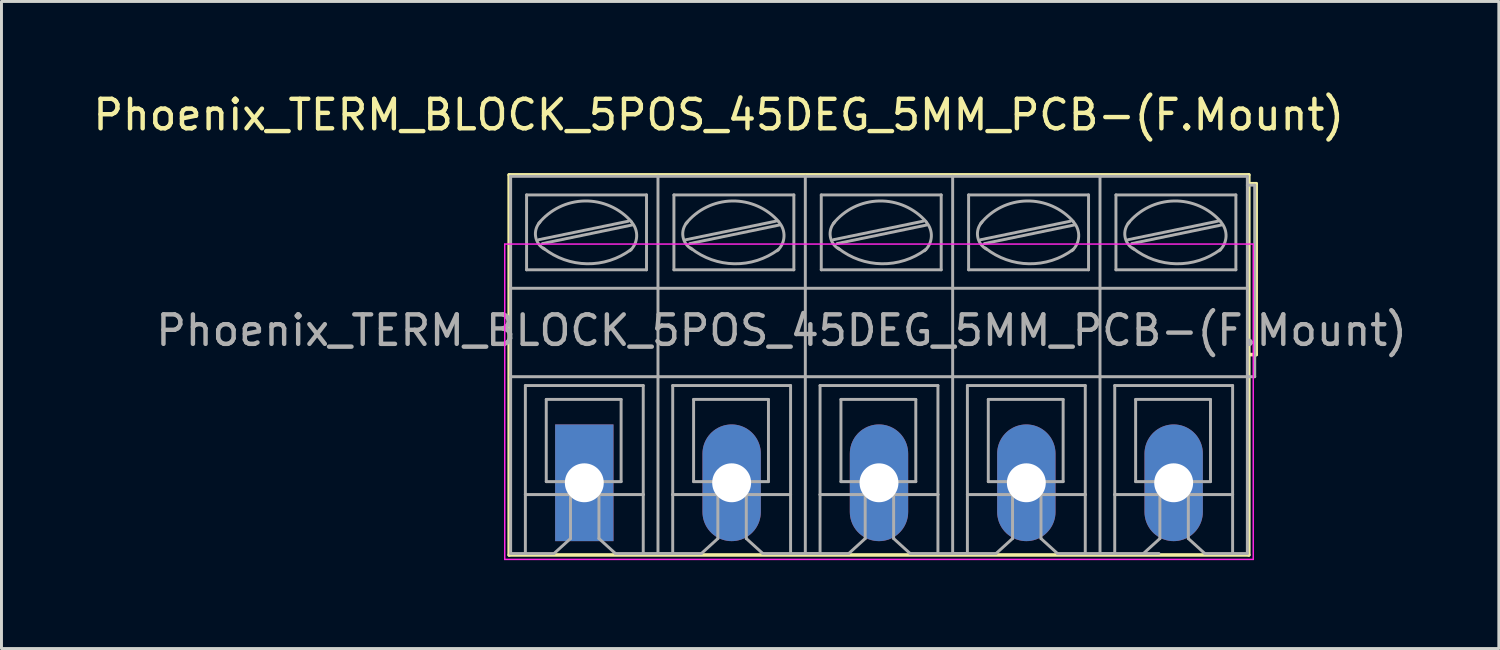
<source format=kicad_pcb>
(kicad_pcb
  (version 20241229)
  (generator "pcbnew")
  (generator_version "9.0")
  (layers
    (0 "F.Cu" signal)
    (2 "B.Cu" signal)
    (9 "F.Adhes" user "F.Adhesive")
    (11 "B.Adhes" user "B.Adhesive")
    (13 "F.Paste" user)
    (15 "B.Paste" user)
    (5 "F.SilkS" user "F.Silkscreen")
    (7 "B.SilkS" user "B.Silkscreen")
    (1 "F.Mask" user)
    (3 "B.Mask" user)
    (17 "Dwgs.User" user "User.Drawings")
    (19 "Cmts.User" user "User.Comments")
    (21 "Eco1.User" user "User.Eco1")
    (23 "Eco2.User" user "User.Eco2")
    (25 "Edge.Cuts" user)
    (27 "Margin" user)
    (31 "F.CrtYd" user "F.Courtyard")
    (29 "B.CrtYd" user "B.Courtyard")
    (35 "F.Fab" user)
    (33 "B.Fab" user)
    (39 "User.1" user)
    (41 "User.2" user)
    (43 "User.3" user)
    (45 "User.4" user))
  (footprint "Phoenix_TERM_BLOCK_5POS_45DEG_5MM_PCB-(F.Mount)"
    (layer "F.Cu")
    (at 26.775 13.345)
    (property "Reference" "Phoenix_TERM_BLOCK_5POS_45DEG_5MM_PCB-(F.Mount)" (at -5.436 -12.497 0) (layer "F.SilkS") (effects (font (size 1 1) (thickness 0.15))))
    (attr through_hole)
    (fp_line (start -12.547 -10.462) (end 12.553 -10.462) (stroke (width 0.12) (type solid)) (layer "F.SilkS"))
    (fp_line (start -12.547 2.438) (end -12.547 -10.462) (stroke (width 0.12) (type solid)) (layer "F.SilkS"))
    (fp_line (start 12.553 -10.462) (end 12.553 -10.162) (stroke (width 0.12) (type solid)) (layer "F.SilkS"))
    (fp_line (start 12.553 -10.162) (end 12.553 -4.362) (stroke (width 0.12) (type solid)) (layer "F.SilkS"))
    (fp_line (start 12.553 -10.162) (end 12.803 -10.162) (stroke (width 0.12) (type solid)) (layer "F.SilkS"))
    (fp_line (start 12.553 -4.362) (end 12.553 2.438) (stroke (width 0.12) (type solid)) (layer "F.SilkS"))
    (fp_line (start 12.553 2.438) (end -12.547 2.438) (stroke (width 0.12) (type solid)) (layer "F.SilkS"))
    (fp_line (start 12.803 -10.162) (end 12.803 -4.362) (stroke (width 0.12) (type solid)) (layer "F.SilkS"))
    (fp_line (start 12.803 -4.362) (end 12.553 -4.362) (stroke (width 0.12) (type solid)) (layer "F.SilkS"))
    (fp_line (start -12.697 -8.112) (end -12.697 2.588) (stroke (width 0.05) (type solid)) (layer "F.CrtYd"))
    (fp_line (start -12.697 -8.112) (end 12.703 -8.112) (stroke (width 0.05) (type solid)) (layer "F.CrtYd"))
    (fp_line (start 12.703 2.588) (end -12.697 2.588) (stroke (width 0.05) (type solid)) (layer "F.CrtYd"))
    (fp_line (start 12.703 2.588) (end 12.703 -8.112) (stroke (width 0.05) (type solid)) (layer "F.CrtYd"))
    (fp_line (start -12.497 -6.612) (end -12.497 -10.412) (stroke (width 0.1) (type solid)) (layer "F.Fab"))
    (fp_line (start -12.497 -3.612) (end -12.497 -6.612) (stroke (width 0.1) (type solid)) (layer "F.Fab"))
    (fp_line (start -12.497 2.388) (end -12.497 -3.612) (stroke (width 0.1) (type solid)) (layer "F.Fab"))
    (fp_line (start -12.497 2.388) (end -11.997 2.388) (stroke (width 0.1) (type solid)) (layer "F.Fab"))
    (fp_line (start -11.997 -3.312) (end -11.997 0.388) (stroke (width 0.1) (type solid)) (layer "F.Fab"))
    (fp_line (start -11.997 0.388) (end -11.997 2.388) (stroke (width 0.1) (type solid)) (layer "F.Fab"))
    (fp_line (start -11.997 2.388) (end -11.024 2.388) (stroke (width 0.1) (type solid)) (layer "F.Fab"))
    (fp_line (start -11.956 -7.24) (end -11.956 -9.78) (stroke (width 0.1) (type solid)) (layer "F.Fab"))
    (fp_line (start -11.546 -8.26) (end -8.496 -8.89) (stroke (width 0.1) (type solid)) (layer "F.Fab"))
    (fp_line (start -11.416 -8.13) (end -8.376 -8.76) (stroke (width 0.1) (type solid)) (layer "F.Fab"))
    (fp_line (start -11.288 -2.841) (end -8.748 -2.841) (stroke (width 0.1) (type solid)) (layer "F.Fab"))
    (fp_line (start -11.288 -0.051) (end -11.288 -2.841) (stroke (width 0.1) (type solid)) (layer "F.Fab"))
    (fp_line (start -11.288 -0.051) (end -8.748 -0.051) (stroke (width 0.1) (type solid)) (layer "F.Fab"))
    (fp_line (start -11.024 2.388) (end -10.465 1.88) (stroke (width 0.1) (type solid)) (layer "F.Fab"))
    (fp_line (start -10.465 1.88) (end -10.465 0.406) (stroke (width 0.1) (type solid)) (layer "F.Fab"))
    (fp_line (start -9.5 1.88) (end -9.5 0.406) (stroke (width 0.1) (type solid)) (layer "F.Fab"))
    (fp_line (start -8.941 2.388) (end -9.5 1.88) (stroke (width 0.1) (type solid)) (layer "F.Fab"))
    (fp_line (start -8.748 -0.051) (end -8.748 -2.841) (stroke (width 0.1) (type solid)) (layer "F.Fab"))
    (fp_line (start -7.997 -3.312) (end -11.997 -3.312) (stroke (width 0.1) (type solid)) (layer "F.Fab"))
    (fp_line (start -7.997 0.388) (end -11.997 0.388) (stroke (width 0.1) (type solid)) (layer "F.Fab"))
    (fp_line (start -7.997 0.388) (end -7.997 -3.312) (stroke (width 0.1) (type solid)) (layer "F.Fab"))
    (fp_line (start -7.997 2.388) (end -8.941 2.388) (stroke (width 0.1) (type solid)) (layer "F.Fab"))
    (fp_line (start -7.997 2.388) (end -7.997 0.388) (stroke (width 0.1) (type solid)) (layer "F.Fab"))
    (fp_line (start -7.997 2.388) (end -7.497 2.388) (stroke (width 0.1) (type solid)) (layer "F.Fab"))
    (fp_line (start -7.886 -9.78) (end -11.956 -9.78) (stroke (width 0.1) (type solid)) (layer "F.Fab"))
    (fp_line (start -7.886 -7.24) (end -11.956 -7.24) (stroke (width 0.1) (type solid)) (layer "F.Fab"))
    (fp_line (start -7.886 -7.24) (end -7.886 -9.78) (stroke (width 0.1) (type solid)) (layer "F.Fab"))
    (fp_line (start -7.497 -10.412) (end -12.497 -10.412) (stroke (width 0.1) (type solid)) (layer "F.Fab"))
    (fp_line (start -7.497 -6.612) (end -12.497 -6.612) (stroke (width 0.1) (type solid)) (layer "F.Fab"))
    (fp_line (start -7.497 -6.612) (end -7.497 -10.412) (stroke (width 0.1) (type solid)) (layer "F.Fab"))
    (fp_line (start -7.497 -3.612) (end -12.497 -3.612) (stroke (width 0.1) (type solid)) (layer "F.Fab"))
    (fp_line (start -7.497 -3.612) (end -7.497 -6.612) (stroke (width 0.1) (type solid)) (layer "F.Fab"))
    (fp_line (start -7.497 2.388) (end -7.497 -3.612) (stroke (width 0.1) (type solid)) (layer "F.Fab"))
    (fp_line (start -7.497 2.388) (end -6.997 2.388) (stroke (width 0.1) (type solid)) (layer "F.Fab"))
    (fp_line (start -7.497 2.388) (end -6.997 2.388) (stroke (width 0.1) (type solid)) (layer "F.Fab"))
    (fp_line (start -6.997 -3.312) (end -6.997 0.388) (stroke (width 0.1) (type solid)) (layer "F.Fab"))
    (fp_line (start -6.997 0.388) (end -6.997 2.388) (stroke (width 0.1) (type solid)) (layer "F.Fab"))
    (fp_line (start -6.997 2.388) (end -6.024 2.388) (stroke (width 0.1) (type solid)) (layer "F.Fab"))
    (fp_line (start -6.956 -7.24) (end -6.956 -9.78) (stroke (width 0.1) (type solid)) (layer "F.Fab"))
    (fp_line (start -6.546 -8.26) (end -3.496 -8.89) (stroke (width 0.1) (type solid)) (layer "F.Fab"))
    (fp_line (start -6.416 -8.13) (end -3.376 -8.76) (stroke (width 0.1) (type solid)) (layer "F.Fab"))
    (fp_line (start -6.288 -2.841) (end -3.748 -2.841) (stroke (width 0.1) (type solid)) (layer "F.Fab"))
    (fp_line (start -6.288 -0.051) (end -6.288 -2.841) (stroke (width 0.1) (type solid)) (layer "F.Fab"))
    (fp_line (start -6.288 -0.051) (end -3.748 -0.051) (stroke (width 0.1) (type solid)) (layer "F.Fab"))
    (fp_line (start -6.024 2.388) (end -5.465 1.88) (stroke (width 0.1) (type solid)) (layer "F.Fab"))
    (fp_line (start -5.465 1.88) (end -5.465 0.406) (stroke (width 0.1) (type solid)) (layer "F.Fab"))
    (fp_line (start -4.5 1.88) (end -4.5 0.406) (stroke (width 0.1) (type solid)) (layer "F.Fab"))
    (fp_line (start -3.941 2.388) (end -4.5 1.88) (stroke (width 0.1) (type solid)) (layer "F.Fab"))
    (fp_line (start -3.748 -0.051) (end -3.748 -2.841) (stroke (width 0.1) (type solid)) (layer "F.Fab"))
    (fp_line (start -2.997 -3.312) (end -6.997 -3.312) (stroke (width 0.1) (type solid)) (layer "F.Fab"))
    (fp_line (start -2.997 0.388) (end -6.997 0.388) (stroke (width 0.1) (type solid)) (layer "F.Fab"))
    (fp_line (start -2.997 0.388) (end -2.997 -3.312) (stroke (width 0.1) (type solid)) (layer "F.Fab"))
    (fp_line (start -2.997 2.388) (end -3.941 2.388) (stroke (width 0.1) (type solid)) (layer "F.Fab"))
    (fp_line (start -2.997 2.388) (end -2.997 0.388) (stroke (width 0.1) (type solid)) (layer "F.Fab"))
    (fp_line (start -2.997 2.388) (end -2.497 2.388) (stroke (width 0.1) (type solid)) (layer "F.Fab"))
    (fp_line (start -2.886 -9.78) (end -6.956 -9.78) (stroke (width 0.1) (type solid)) (layer "F.Fab"))
    (fp_line (start -2.886 -7.24) (end -6.956 -7.24) (stroke (width 0.1) (type solid)) (layer "F.Fab"))
    (fp_line (start -2.886 -7.24) (end -2.886 -9.78) (stroke (width 0.1) (type solid)) (layer "F.Fab"))
    (fp_line (start -2.497 -10.412) (end -7.497 -10.412) (stroke (width 0.1) (type solid)) (layer "F.Fab"))
    (fp_line (start -2.497 -6.612) (end -7.497 -6.612) (stroke (width 0.1) (type solid)) (layer "F.Fab"))
    (fp_line (start -2.497 -6.612) (end -2.497 -10.412) (stroke (width 0.1) (type solid)) (layer "F.Fab"))
    (fp_line (start -2.497 -3.612) (end -7.497 -3.612) (stroke (width 0.1) (type solid)) (layer "F.Fab"))
    (fp_line (start -2.497 -3.612) (end -2.497 -6.612) (stroke (width 0.1) (type solid)) (layer "F.Fab"))
    (fp_line (start -2.497 2.388) (end -2.497 -3.612) (stroke (width 0.1) (type solid)) (layer "F.Fab"))
    (fp_line (start -2.497 2.388) (end -1.997 2.388) (stroke (width 0.1) (type solid)) (layer "F.Fab"))
    (fp_line (start -2.497 2.388) (end -1.997 2.388) (stroke (width 0.1) (type solid)) (layer "F.Fab"))
    (fp_line (start -1.997 -3.312) (end -1.997 0.388) (stroke (width 0.1) (type solid)) (layer "F.Fab"))
    (fp_line (start -1.997 0.388) (end -1.997 2.388) (stroke (width 0.1) (type solid)) (layer "F.Fab"))
    (fp_line (start -1.997 2.388) (end -1.024 2.388) (stroke (width 0.1) (type solid)) (layer "F.Fab"))
    (fp_line (start -1.956 -7.24) (end -1.956 -9.78) (stroke (width 0.1) (type solid)) (layer "F.Fab"))
    (fp_line (start -1.546 -8.26) (end 1.504 -8.89) (stroke (width 0.1) (type solid)) (layer "F.Fab"))
    (fp_line (start -1.416 -8.13) (end 1.624 -8.76) (stroke (width 0.1) (type solid)) (layer "F.Fab"))
    (fp_line (start -1.288 -2.841) (end 1.252 -2.841) (stroke (width 0.1) (type solid)) (layer "F.Fab"))
    (fp_line (start -1.288 -0.051) (end -1.288 -2.841) (stroke (width 0.1) (type solid)) (layer "F.Fab"))
    (fp_line (start -1.288 -0.051) (end 1.252 -0.051) (stroke (width 0.1) (type solid)) (layer "F.Fab"))
    (fp_line (start -1.024 2.388) (end -0.465 1.88) (stroke (width 0.1) (type solid)) (layer "F.Fab"))
    (fp_line (start -0.465 1.88) (end -0.465 0.406) (stroke (width 0.1) (type solid)) (layer "F.Fab"))
    (fp_line (start 0.5 1.88) (end 0.5 0.406) (stroke (width 0.1) (type solid)) (layer "F.Fab"))
    (fp_line (start 1.059 2.388) (end 0.5 1.88) (stroke (width 0.1) (type solid)) (layer "F.Fab"))
    (fp_line (start 1.252 -0.051) (end 1.252 -2.841) (stroke (width 0.1) (type solid)) (layer "F.Fab"))
    (fp_line (start 2.003 -3.312) (end -1.997 -3.312) (stroke (width 0.1) (type solid)) (layer "F.Fab"))
    (fp_line (start 2.003 0.388) (end -1.997 0.388) (stroke (width 0.1) (type solid)) (layer "F.Fab"))
    (fp_line (start 2.003 0.388) (end 2.003 -3.312) (stroke (width 0.1) (type solid)) (layer "F.Fab"))
    (fp_line (start 2.003 2.388) (end 1.059 2.388) (stroke (width 0.1) (type solid)) (layer "F.Fab"))
    (fp_line (start 2.003 2.388) (end 2.003 0.388) (stroke (width 0.1) (type solid)) (layer "F.Fab"))
    (fp_line (start 2.003 2.388) (end 2.503 2.388) (stroke (width 0.1) (type solid)) (layer "F.Fab"))
    (fp_line (start 2.114 -9.78) (end -1.956 -9.78) (stroke (width 0.1) (type solid)) (layer "F.Fab"))
    (fp_line (start 2.114 -7.24) (end -1.956 -7.24) (stroke (width 0.1) (type solid)) (layer "F.Fab"))
    (fp_line (start 2.114 -7.24) (end 2.114 -9.78) (stroke (width 0.1) (type solid)) (layer "F.Fab"))
    (fp_line (start 2.503 -10.412) (end -2.497 -10.412) (stroke (width 0.1) (type solid)) (layer "F.Fab"))
    (fp_line (start 2.503 -6.612) (end -2.497 -6.612) (stroke (width 0.1) (type solid)) (layer "F.Fab"))
    (fp_line (start 2.503 -6.612) (end 2.503 -10.412) (stroke (width 0.1) (type solid)) (layer "F.Fab"))
    (fp_line (start 2.503 -3.612) (end -2.497 -3.612) (stroke (width 0.1) (type solid)) (layer "F.Fab"))
    (fp_line (start 2.503 -3.612) (end 2.503 -6.612) (stroke (width 0.1) (type solid)) (layer "F.Fab"))
    (fp_line (start 2.503 2.388) (end 2.503 -3.612) (stroke (width 0.1) (type solid)) (layer "F.Fab"))
    (fp_line (start 2.503 2.388) (end 3.003 2.388) (stroke (width 0.1) (type solid)) (layer "F.Fab"))
    (fp_line (start 2.503 2.388) (end 3.003 2.388) (stroke (width 0.1) (type solid)) (layer "F.Fab"))
    (fp_line (start 3.003 -3.312) (end 3.003 0.388) (stroke (width 0.1) (type solid)) (layer "F.Fab"))
    (fp_line (start 3.003 0.388) (end 3.003 2.388) (stroke (width 0.1) (type solid)) (layer "F.Fab"))
    (fp_line (start 3.003 2.388) (end 3.976 2.388) (stroke (width 0.1) (type solid)) (layer "F.Fab"))
    (fp_line (start 3.044 -7.24) (end 3.044 -9.78) (stroke (width 0.1) (type solid)) (layer "F.Fab"))
    (fp_line (start 3.454 -8.26) (end 6.504 -8.89) (stroke (width 0.1) (type solid)) (layer "F.Fab"))
    (fp_line (start 3.584 -8.13) (end 6.624 -8.76) (stroke (width 0.1) (type solid)) (layer "F.Fab"))
    (fp_line (start 3.712 -2.841) (end 6.252 -2.841) (stroke (width 0.1) (type solid)) (layer "F.Fab"))
    (fp_line (start 3.712 -0.051) (end 3.712 -2.841) (stroke (width 0.1) (type solid)) (layer "F.Fab"))
    (fp_line (start 3.712 -0.051) (end 6.252 -0.051) (stroke (width 0.1) (type solid)) (layer "F.Fab"))
    (fp_line (start 3.976 2.388) (end 4.535 1.88) (stroke (width 0.1) (type solid)) (layer "F.Fab"))
    (fp_line (start 4.535 1.88) (end 4.535 0.406) (stroke (width 0.1) (type solid)) (layer "F.Fab"))
    (fp_line (start 5.5 1.88) (end 5.5 0.406) (stroke (width 0.1) (type solid)) (layer "F.Fab"))
    (fp_line (start 6.059 2.388) (end 5.5 1.88) (stroke (width 0.1) (type solid)) (layer "F.Fab"))
    (fp_line (start 6.252 -0.051) (end 6.252 -2.841) (stroke (width 0.1) (type solid)) (layer "F.Fab"))
    (fp_line (start 7.003 -3.312) (end 3.003 -3.312) (stroke (width 0.1) (type solid)) (layer "F.Fab"))
    (fp_line (start 7.003 0.388) (end 3.003 0.388) (stroke (width 0.1) (type solid)) (layer "F.Fab"))
    (fp_line (start 7.003 0.388) (end 7.003 -3.312) (stroke (width 0.1) (type solid)) (layer "F.Fab"))
    (fp_line (start 7.003 2.388) (end 6.059 2.388) (stroke (width 0.1) (type solid)) (layer "F.Fab"))
    (fp_line (start 7.003 2.388) (end 7.003 0.388) (stroke (width 0.1) (type solid)) (layer "F.Fab"))
    (fp_line (start 7.003 2.388) (end 7.503 2.388) (stroke (width 0.1) (type solid)) (layer "F.Fab"))
    (fp_line (start 7.114 -9.78) (end 3.044 -9.78) (stroke (width 0.1) (type solid)) (layer "F.Fab"))
    (fp_line (start 7.114 -7.24) (end 3.044 -7.24) (stroke (width 0.1) (type solid)) (layer "F.Fab"))
    (fp_line (start 7.114 -7.24) (end 7.114 -9.78) (stroke (width 0.1) (type solid)) (layer "F.Fab"))
    (fp_line (start 7.503 -10.412) (end 2.503 -10.412) (stroke (width 0.1) (type solid)) (layer "F.Fab"))
    (fp_line (start 7.503 -6.612) (end 2.503 -6.612) (stroke (width 0.1) (type solid)) (layer "F.Fab"))
    (fp_line (start 7.503 -6.612) (end 7.503 -10.412) (stroke (width 0.1) (type solid)) (layer "F.Fab"))
    (fp_line (start 7.503 -3.612) (end 2.503 -3.612) (stroke (width 0.1) (type solid)) (layer "F.Fab"))
    (fp_line (start 7.503 -3.612) (end 7.503 -6.612) (stroke (width 0.1) (type solid)) (layer "F.Fab"))
    (fp_line (start 7.503 2.388) (end 7.503 -3.612) (stroke (width 0.1) (type solid)) (layer "F.Fab"))
    (fp_line (start 7.503 2.388) (end 8.003 2.388) (stroke (width 0.1) (type solid)) (layer "F.Fab"))
    (fp_line (start 7.503 2.388) (end 8.003 2.388) (stroke (width 0.1) (type solid)) (layer "F.Fab"))
    (fp_line (start 8.003 -3.312) (end 8.003 0.388) (stroke (width 0.1) (type solid)) (layer "F.Fab"))
    (fp_line (start 8.003 0.388) (end 8.003 2.388) (stroke (width 0.1) (type solid)) (layer "F.Fab"))
    (fp_line (start 8.003 2.388) (end 8.976 2.388) (stroke (width 0.1) (type solid)) (layer "F.Fab"))
    (fp_line (start 8.044 -7.24) (end 8.044 -9.78) (stroke (width 0.1) (type solid)) (layer "F.Fab"))
    (fp_line (start 8.454 -8.26) (end 11.504 -8.89) (stroke (width 0.1) (type solid)) (layer "F.Fab"))
    (fp_line (start 8.584 -8.13) (end 11.624 -8.76) (stroke (width 0.1) (type solid)) (layer "F.Fab"))
    (fp_line (start 8.712 -2.841) (end 11.252 -2.841) (stroke (width 0.1) (type solid)) (layer "F.Fab"))
    (fp_line (start 8.712 -0.051) (end 8.712 -2.841) (stroke (width 0.1) (type solid)) (layer "F.Fab"))
    (fp_line (start 8.712 -0.051) (end 11.252 -0.051) (stroke (width 0.1) (type solid)) (layer "F.Fab"))
    (fp_line (start 8.976 2.388) (end 9.535 1.88) (stroke (width 0.1) (type solid)) (layer "F.Fab"))
    (fp_line (start 9.003 2.388) (end 9.503 2.388) (stroke (width 0.1) (type solid)) (layer "F.Fab"))
    (fp_line (start 9.535 1.88) (end 9.535 0.406) (stroke (width 0.1) (type solid)) (layer "F.Fab"))
    (fp_line (start 10.5 1.88) (end 10.5 0.406) (stroke (width 0.1) (type solid)) (layer "F.Fab"))
    (fp_line (start 11.059 2.388) (end 10.5 1.88) (stroke (width 0.1) (type solid)) (layer "F.Fab"))
    (fp_line (start 11.252 -0.051) (end 11.252 -2.841) (stroke (width 0.1) (type solid)) (layer "F.Fab"))
    (fp_line (start 12.003 -3.312) (end 8.003 -3.312) (stroke (width 0.1) (type solid)) (layer "F.Fab"))
    (fp_line (start 12.003 0.388) (end 8.003 0.388) (stroke (width 0.1) (type solid)) (layer "F.Fab"))
    (fp_line (start 12.003 0.388) (end 12.003 -3.312) (stroke (width 0.1) (type solid)) (layer "F.Fab"))
    (fp_line (start 12.003 2.388) (end 11.059 2.388) (stroke (width 0.1) (type solid)) (layer "F.Fab"))
    (fp_line (start 12.003 2.388) (end 12.003 0.388) (stroke (width 0.1) (type solid)) (layer "F.Fab"))
    (fp_line (start 12.003 2.388) (end 12.503 2.388) (stroke (width 0.1) (type solid)) (layer "F.Fab"))
    (fp_line (start 12.114 -9.78) (end 8.044 -9.78) (stroke (width 0.1) (type solid)) (layer "F.Fab"))
    (fp_line (start 12.114 -7.24) (end 8.044 -7.24) (stroke (width 0.1) (type solid)) (layer "F.Fab"))
    (fp_line (start 12.114 -7.24) (end 12.114 -9.78) (stroke (width 0.1) (type solid)) (layer "F.Fab"))
    (fp_line (start 12.503 -10.412) (end 7.503 -10.412) (stroke (width 0.1) (type solid)) (layer "F.Fab"))
    (fp_line (start 12.503 -6.612) (end 7.503 -6.612) (stroke (width 0.1) (type solid)) (layer "F.Fab"))
    (fp_line (start 12.503 -6.612) (end 12.503 -10.412) (stroke (width 0.1) (type solid)) (layer "F.Fab"))
    (fp_line (start 12.503 -3.612) (end 7.503 -3.612) (stroke (width 0.1) (type solid)) (layer "F.Fab"))
    (fp_line (start 12.503 -3.612) (end 12.503 -6.612) (stroke (width 0.1) (type solid)) (layer "F.Fab"))
    (fp_line (start 12.503 -3.612) (end 12.503 2.388) (stroke (width 0.1) (type solid)) (layer "F.Fab"))
    (fp_line (start 12.753 -10.112) (end 12.503 -10.112) (stroke (width 0.1) (type solid)) (layer "F.Fab"))
    (fp_line (start 12.753 -10.112) (end 12.753 -3.612) (stroke (width 0.1) (type solid)) (layer "F.Fab"))
    (fp_line (start 12.753 -3.612) (end 12.503 -3.612) (stroke (width 0.1) (type solid)) (layer "F.Fab"))
    (fp_arc (start -11.546 -8.81) (mid -9.986263 -9.574867) (end -8.397761 -8.871686) (stroke (width 0.1) (type solid)) (layer "F.Fab"))
    (fp_arc (start -11.346 -7.94) (mid -11.648324 -8.361515) (end -11.501426 -8.859005) (stroke (width 0.1) (type solid)) (layer "F.Fab"))
    (fp_arc (start -8.406 -7.93) (mid -9.905417 -7.444318) (end -11.388333 -7.978263) (stroke (width 0.1) (type solid)) (layer "F.Fab"))
    (fp_arc (start -8.396 -8.86) (mid -8.220267 -8.361652) (end -8.450468 -7.886005) (stroke (width 0.1) (type solid)) (layer "F.Fab"))
    (fp_arc (start -6.546 -8.81) (mid -4.986263 -9.574867) (end -3.397761 -8.871686) (stroke (width 0.1) (type solid)) (layer "F.Fab"))
    (fp_arc (start -6.346 -7.94) (mid -6.648324 -8.361515) (end -6.501426 -8.859005) (stroke (width 0.1) (type solid)) (layer "F.Fab"))
    (fp_arc (start -3.406 -7.93) (mid -4.905417 -7.444318) (end -6.388333 -7.978263) (stroke (width 0.1) (type solid)) (layer "F.Fab"))
    (fp_arc (start -3.396 -8.86) (mid -3.220267 -8.361652) (end -3.450468 -7.886005) (stroke (width 0.1) (type solid)) (layer "F.Fab"))
    (fp_arc (start -1.546 -8.81) (mid 0.013737 -9.574867) (end 1.602239 -8.871686) (stroke (width 0.1) (type solid)) (layer "F.Fab"))
    (fp_arc (start -1.346 -7.94) (mid -1.648324 -8.361515) (end -1.501426 -8.859005) (stroke (width 0.1) (type solid)) (layer "F.Fab"))
    (fp_arc (start 1.594 -7.93) (mid 0.094583 -7.444318) (end -1.388333 -7.978263) (stroke (width 0.1) (type solid)) (layer "F.Fab"))
    (fp_arc (start 1.604 -8.86) (mid 1.779733 -8.361652) (end 1.549532 -7.886005) (stroke (width 0.1) (type solid)) (layer "F.Fab"))
    (fp_arc (start 3.454 -8.81) (mid 5.013737 -9.574867) (end 6.602239 -8.871686) (stroke (width 0.1) (type solid)) (layer "F.Fab"))
    (fp_arc (start 3.654 -7.94) (mid 3.351676 -8.361515) (end 3.498574 -8.859005) (stroke (width 0.1) (type solid)) (layer "F.Fab"))
    (fp_arc (start 6.594 -7.93) (mid 5.094583 -7.444318) (end 3.611667 -7.978263) (stroke (width 0.1) (type solid)) (layer "F.Fab"))
    (fp_arc (start 6.604 -8.86) (mid 6.779733 -8.361652) (end 6.549532 -7.886005) (stroke (width 0.1) (type solid)) (layer "F.Fab"))
    (fp_arc (start 8.454 -8.81) (mid 10.013737 -9.574867) (end 11.602239 -8.871686) (stroke (width 0.1) (type solid)) (layer "F.Fab"))
    (fp_arc (start 8.654 -7.94) (mid 8.351676 -8.361515) (end 8.498574 -8.859005) (stroke (width 0.1) (type solid)) (layer "F.Fab"))
    (fp_arc (start 11.594 -7.93) (mid 10.094583 -7.444318) (end 8.611667 -7.978263) (stroke (width 0.1) (type solid)) (layer "F.Fab"))
    (fp_arc (start 11.604 -8.86) (mid 11.779733 -8.361652) (end 11.549532 -7.886005) (stroke (width 0.1) (type solid)) (layer "F.Fab"))
    (fp_text user "${REFERENCE}" (at -3.302 -5.182 0) (layer "F.Fab") (effects (font (size 1 1) (thickness 0.15))))
    (pad "1" thru_hole rect (at -9.997 -0.012) (size 1.98 3.96) (drill 1.32) (layers "*.Cu" "*.Mask" "F.Paste"))
    (pad "2" thru_hole oval (at -4.997 -0.012) (size 1.98 3.96) (drill 1.32) (layers "*.Cu" "*.Mask" "F.Paste"))
    (pad "3" thru_hole oval (at 0.003 -0.012) (size 1.98 3.96) (drill 1.32) (layers "*.Cu" "*.Mask" "F.Paste"))
    (pad "4" thru_hole oval (at 5.003 -0.012) (size 1.98 3.96) (drill 1.32) (layers "*.Cu" "*.Mask" "F.Paste"))
    (pad "5" thru_hole oval (at 10.003 -0.012) (size 1.98 3.96) (drill 1.32) (layers "*.Cu" "*.Mask" "F.Paste")))
  (gr_rect
    (start -3 -3)
    (end 47.812 18.958)
    (stroke (width 0.1) (type default))
    (fill no)
    (layer "Edge.Cuts")))
</source>
